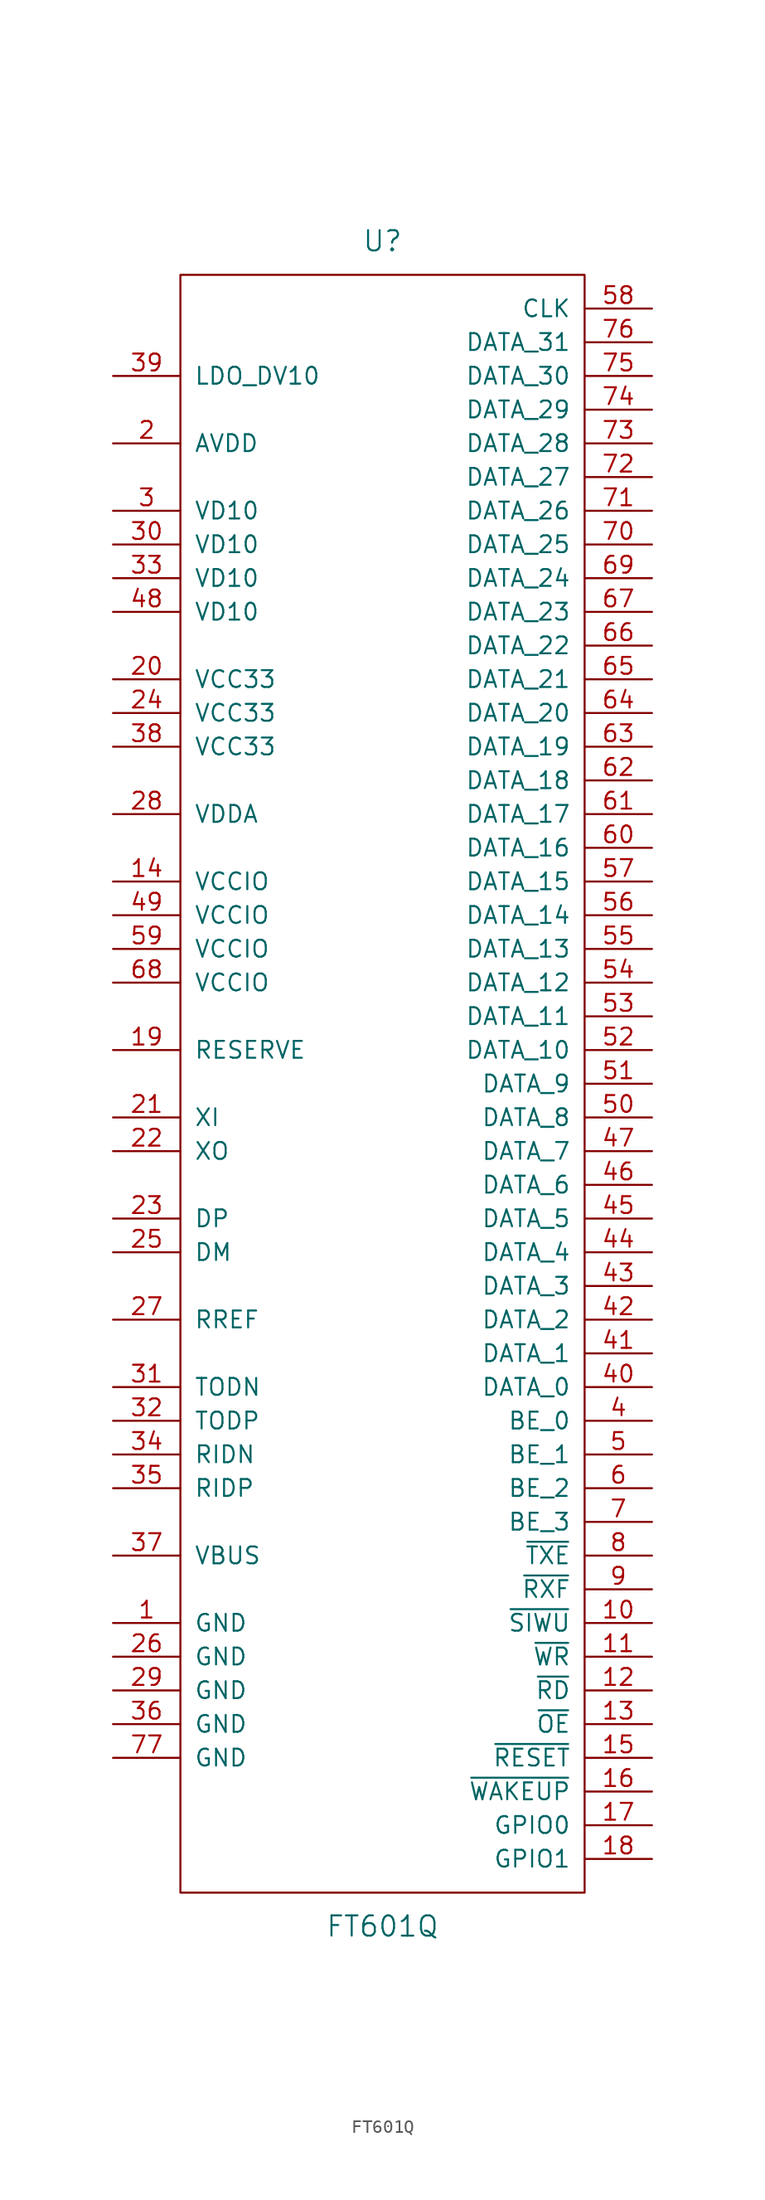
<source format=kicad_sym>
(kicad_symbol_lib
  (version 20211014)
  (generator kicad_symbol_editor)
  (symbol "FT601Q"
    (pin_names
      (offset 1.016))
    (property "Reference" "U"
      (at 0 63.5 0)
      (effects (font (size 1.524 1.524))))
    (property "Value" "FT601Q"
      (at 0 -63.5 0)
      (effects (font (size 1.524 1.524))))
    (symbol "FT601Q_1_0"
      (rectangle (start -15.24 60.96) (end 15.24 -60.96) (stroke (width 0) (type default) (color 0 0 0 0)) (fill (type none))))
    (symbol "FT601Q_1_1"
      (pin passive line (at -20.32 -40.64 0) (length 5.08) (name "GND" (effects (font (size 1.27 1.27)))) (number "1" (effects (font (size 1.27 1.27)))))
      (pin passive line (at 20.32 -40.64 180) (length 5.08) (name "~{SIWU}" (effects (font (size 1.27 1.27)))) (number "10" (effects (font (size 1.27 1.27)))))
      (pin passive line (at 20.32 -43.18 180) (length 5.08) (name "~{WR}" (effects (font (size 1.27 1.27)))) (number "11" (effects (font (size 1.27 1.27)))))
      (pin passive line (at 20.32 -45.72 180) (length 5.08) (name "~{RD}" (effects (font (size 1.27 1.27)))) (number "12" (effects (font (size 1.27 1.27)))))
      (pin passive line (at 20.32 -48.26 180) (length 5.08) (name "~{OE}" (effects (font (size 1.27 1.27)))) (number "13" (effects (font (size 1.27 1.27)))))
      (pin passive line (at -20.32 15.24 0) (length 5.08) (name "VCCIO" (effects (font (size 1.27 1.27)))) (number "14" (effects (font (size 1.27 1.27)))))
      (pin passive line (at 20.32 -50.8 180) (length 5.08) (name "~{RESET}" (effects (font (size 1.27 1.27)))) (number "15" (effects (font (size 1.27 1.27)))))
      (pin passive line (at 20.32 -53.34 180) (length 5.08) (name "~{WAKEUP}" (effects (font (size 1.27 1.27)))) (number "16" (effects (font (size 1.27 1.27)))))
      (pin passive line (at 20.32 -55.88 180) (length 5.08) (name "GPIO0" (effects (font (size 1.27 1.27)))) (number "17" (effects (font (size 1.27 1.27)))))
      (pin passive line (at 20.32 -58.42 180) (length 5.08) (name "GPIO1" (effects (font (size 1.27 1.27)))) (number "18" (effects (font (size 1.27 1.27)))))
      (pin passive line (at -20.32 2.54 0) (length 5.08) (name "RESERVE" (effects (font (size 1.27 1.27)))) (number "19" (effects (font (size 1.27 1.27)))))
      (pin passive line (at -20.32 48.26 0) (length 5.08) (name "AVDD" (effects (font (size 1.27 1.27)))) (number "2" (effects (font (size 1.27 1.27)))))
      (pin passive line (at -20.32 30.48 0) (length 5.08) (name "VCC33" (effects (font (size 1.27 1.27)))) (number "20" (effects (font (size 1.27 1.27)))))
      (pin passive line (at -20.32 -2.54 0) (length 5.08) (name "XI" (effects (font (size 1.27 1.27)))) (number "21" (effects (font (size 1.27 1.27)))))
      (pin passive line (at -20.32 -5.08 0) (length 5.08) (name "XO" (effects (font (size 1.27 1.27)))) (number "22" (effects (font (size 1.27 1.27)))))
      (pin passive line (at -20.32 -10.16 0) (length 5.08) (name "DP" (effects (font (size 1.27 1.27)))) (number "23" (effects (font (size 1.27 1.27)))))
      (pin passive line (at -20.32 27.94 0) (length 5.08) (name "VCC33" (effects (font (size 1.27 1.27)))) (number "24" (effects (font (size 1.27 1.27)))))
      (pin passive line (at -20.32 -12.7 0) (length 5.08) (name "DM" (effects (font (size 1.27 1.27)))) (number "25" (effects (font (size 1.27 1.27)))))
      (pin passive line (at -20.32 -43.18 0) (length 5.08) (name "GND" (effects (font (size 1.27 1.27)))) (number "26" (effects (font (size 1.27 1.27)))))
      (pin passive line (at -20.32 -17.78 0) (length 5.08) (name "RREF" (effects (font (size 1.27 1.27)))) (number "27" (effects (font (size 1.27 1.27)))))
      (pin passive line (at -20.32 20.32 0) (length 5.08) (name "VDDA" (effects (font (size 1.27 1.27)))) (number "28" (effects (font (size 1.27 1.27)))))
      (pin passive line (at -20.32 -45.72 0) (length 5.08) (name "GND" (effects (font (size 1.27 1.27)))) (number "29" (effects (font (size 1.27 1.27)))))
      (pin passive line (at -20.32 43.18 0) (length 5.08) (name "VD10" (effects (font (size 1.27 1.27)))) (number "3" (effects (font (size 1.27 1.27)))))
      (pin passive line (at -20.32 40.64 0) (length 5.08) (name "VD10" (effects (font (size 1.27 1.27)))) (number "30" (effects (font (size 1.27 1.27)))))
      (pin passive line (at -20.32 -22.86 0) (length 5.08) (name "TODN" (effects (font (size 1.27 1.27)))) (number "31" (effects (font (size 1.27 1.27)))))
      (pin passive line (at -20.32 -25.4 0) (length 5.08) (name "TODP" (effects (font (size 1.27 1.27)))) (number "32" (effects (font (size 1.27 1.27)))))
      (pin passive line (at -20.32 38.1 0) (length 5.08) (name "VD10" (effects (font (size 1.27 1.27)))) (number "33" (effects (font (size 1.27 1.27)))))
      (pin passive line (at -20.32 -27.94 0) (length 5.08) (name "RIDN" (effects (font (size 1.27 1.27)))) (number "34" (effects (font (size 1.27 1.27)))))
      (pin passive line (at -20.32 -30.48 0) (length 5.08) (name "RIDP" (effects (font (size 1.27 1.27)))) (number "35" (effects (font (size 1.27 1.27)))))
      (pin passive line (at -20.32 -48.26 0) (length 5.08) (name "GND" (effects (font (size 1.27 1.27)))) (number "36" (effects (font (size 1.27 1.27)))))
      (pin passive line (at -20.32 -35.56 0) (length 5.08) (name "VBUS" (effects (font (size 1.27 1.27)))) (number "37" (effects (font (size 1.27 1.27)))))
      (pin passive line (at -20.32 25.4 0) (length 5.08) (name "VCC33" (effects (font (size 1.27 1.27)))) (number "38" (effects (font (size 1.27 1.27)))))
      (pin passive line (at -20.32 53.34 0) (length 5.08) (name "LDO_DV10" (effects (font (size 1.27 1.27)))) (number "39" (effects (font (size 1.27 1.27)))))
      (pin passive line (at 20.32 -25.4 180) (length 5.08) (name "BE_0" (effects (font (size 1.27 1.27)))) (number "4" (effects (font (size 1.27 1.27)))))
      (pin passive line (at 20.32 -22.86 180) (length 5.08) (name "DATA_0" (effects (font (size 1.27 1.27)))) (number "40" (effects (font (size 1.27 1.27)))))
      (pin passive line (at 20.32 -20.32 180) (length 5.08) (name "DATA_1" (effects (font (size 1.27 1.27)))) (number "41" (effects (font (size 1.27 1.27)))))
      (pin passive line (at 20.32 -17.78 180) (length 5.08) (name "DATA_2" (effects (font (size 1.27 1.27)))) (number "42" (effects (font (size 1.27 1.27)))))
      (pin passive line (at 20.32 -15.24 180) (length 5.08) (name "DATA_3" (effects (font (size 1.27 1.27)))) (number "43" (effects (font (size 1.27 1.27)))))
      (pin passive line (at 20.32 -12.7 180) (length 5.08) (name "DATA_4" (effects (font (size 1.27 1.27)))) (number "44" (effects (font (size 1.27 1.27)))))
      (pin passive line (at 20.32 -10.16 180) (length 5.08) (name "DATA_5" (effects (font (size 1.27 1.27)))) (number "45" (effects (font (size 1.27 1.27)))))
      (pin passive line (at 20.32 -7.62 180) (length 5.08) (name "DATA_6" (effects (font (size 1.27 1.27)))) (number "46" (effects (font (size 1.27 1.27)))))
      (pin passive line (at 20.32 -5.08 180) (length 5.08) (name "DATA_7" (effects (font (size 1.27 1.27)))) (number "47" (effects (font (size 1.27 1.27)))))
      (pin passive line (at -20.32 35.56 0) (length 5.08) (name "VD10" (effects (font (size 1.27 1.27)))) (number "48" (effects (font (size 1.27 1.27)))))
      (pin passive line (at -20.32 12.7 0) (length 5.08) (name "VCCIO" (effects (font (size 1.27 1.27)))) (number "49" (effects (font (size 1.27 1.27)))))
      (pin passive line (at 20.32 -27.94 180) (length 5.08) (name "BE_1" (effects (font (size 1.27 1.27)))) (number "5" (effects (font (size 1.27 1.27)))))
      (pin passive line (at 20.32 -2.54 180) (length 5.08) (name "DATA_8" (effects (font (size 1.27 1.27)))) (number "50" (effects (font (size 1.27 1.27)))))
      (pin passive line (at 20.32 0 180) (length 5.08) (name "DATA_9" (effects (font (size 1.27 1.27)))) (number "51" (effects (font (size 1.27 1.27)))))
      (pin passive line (at 20.32 2.54 180) (length 5.08) (name "DATA_10" (effects (font (size 1.27 1.27)))) (number "52" (effects (font (size 1.27 1.27)))))
      (pin passive line (at 20.32 5.08 180) (length 5.08) (name "DATA_11" (effects (font (size 1.27 1.27)))) (number "53" (effects (font (size 1.27 1.27)))))
      (pin passive line (at 20.32 7.62 180) (length 5.08) (name "DATA_12" (effects (font (size 1.27 1.27)))) (number "54" (effects (font (size 1.27 1.27)))))
      (pin passive line (at 20.32 10.16 180) (length 5.08) (name "DATA_13" (effects (font (size 1.27 1.27)))) (number "55" (effects (font (size 1.27 1.27)))))
      (pin passive line (at 20.32 12.7 180) (length 5.08) (name "DATA_14" (effects (font (size 1.27 1.27)))) (number "56" (effects (font (size 1.27 1.27)))))
      (pin passive line (at 20.32 15.24 180) (length 5.08) (name "DATA_15" (effects (font (size 1.27 1.27)))) (number "57" (effects (font (size 1.27 1.27)))))
      (pin passive line (at 20.32 58.42 180) (length 5.08) (name "CLK" (effects (font (size 1.27 1.27)))) (number "58" (effects (font (size 1.27 1.27)))))
      (pin passive line (at -20.32 10.16 0) (length 5.08) (name "VCCIO" (effects (font (size 1.27 1.27)))) (number "59" (effects (font (size 1.27 1.27)))))
      (pin passive line (at 20.32 -30.48 180) (length 5.08) (name "BE_2" (effects (font (size 1.27 1.27)))) (number "6" (effects (font (size 1.27 1.27)))))
      (pin passive line (at 20.32 17.78 180) (length 5.08) (name "DATA_16" (effects (font (size 1.27 1.27)))) (number "60" (effects (font (size 1.27 1.27)))))
      (pin passive line (at 20.32 20.32 180) (length 5.08) (name "DATA_17" (effects (font (size 1.27 1.27)))) (number "61" (effects (font (size 1.27 1.27)))))
      (pin passive line (at 20.32 22.86 180) (length 5.08) (name "DATA_18" (effects (font (size 1.27 1.27)))) (number "62" (effects (font (size 1.27 1.27)))))
      (pin passive line (at 20.32 25.4 180) (length 5.08) (name "DATA_19" (effects (font (size 1.27 1.27)))) (number "63" (effects (font (size 1.27 1.27)))))
      (pin passive line (at 20.32 27.94 180) (length 5.08) (name "DATA_20" (effects (font (size 1.27 1.27)))) (number "64" (effects (font (size 1.27 1.27)))))
      (pin passive line (at 20.32 30.48 180) (length 5.08) (name "DATA_21" (effects (font (size 1.27 1.27)))) (number "65" (effects (font (size 1.27 1.27)))))
      (pin passive line (at 20.32 33.02 180) (length 5.08) (name "DATA_22" (effects (font (size 1.27 1.27)))) (number "66" (effects (font (size 1.27 1.27)))))
      (pin passive line (at 20.32 35.56 180) (length 5.08) (name "DATA_23" (effects (font (size 1.27 1.27)))) (number "67" (effects (font (size 1.27 1.27)))))
      (pin passive line (at -20.32 7.62 0) (length 5.08) (name "VCCIO" (effects (font (size 1.27 1.27)))) (number "68" (effects (font (size 1.27 1.27)))))
      (pin passive line (at 20.32 38.1 180) (length 5.08) (name "DATA_24" (effects (font (size 1.27 1.27)))) (number "69" (effects (font (size 1.27 1.27)))))
      (pin passive line (at 20.32 -33.02 180) (length 5.08) (name "BE_3" (effects (font (size 1.27 1.27)))) (number "7" (effects (font (size 1.27 1.27)))))
      (pin passive line (at 20.32 40.64 180) (length 5.08) (name "DATA_25" (effects (font (size 1.27 1.27)))) (number "70" (effects (font (size 1.27 1.27)))))
      (pin passive line (at 20.32 43.18 180) (length 5.08) (name "DATA_26" (effects (font (size 1.27 1.27)))) (number "71" (effects (font (size 1.27 1.27)))))
      (pin passive line (at 20.32 45.72 180) (length 5.08) (name "DATA_27" (effects (font (size 1.27 1.27)))) (number "72" (effects (font (size 1.27 1.27)))))
      (pin passive line (at 20.32 48.26 180) (length 5.08) (name "DATA_28" (effects (font (size 1.27 1.27)))) (number "73" (effects (font (size 1.27 1.27)))))
      (pin passive line (at 20.32 50.8 180) (length 5.08) (name "DATA_29" (effects (font (size 1.27 1.27)))) (number "74" (effects (font (size 1.27 1.27)))))
      (pin passive line (at 20.32 53.34 180) (length 5.08) (name "DATA_30" (effects (font (size 1.27 1.27)))) (number "75" (effects (font (size 1.27 1.27)))))
      (pin passive line (at 20.32 55.88 180) (length 5.08) (name "DATA_31" (effects (font (size 1.27 1.27)))) (number "76" (effects (font (size 1.27 1.27)))))
      (pin passive line (at -20.32 -50.8 0) (length 5.08) (name "GND" (effects (font (size 1.27 1.27)))) (number "77" (effects (font (size 1.27 1.27)))))
      (pin passive line (at 20.32 -35.56 180) (length 5.08) (name "~{TXE}" (effects (font (size 1.27 1.27)))) (number "8" (effects (font (size 1.27 1.27)))))
      (pin passive line (at 20.32 -38.1 180) (length 5.08) (name "~{RXF}" (effects (font (size 1.27 1.27)))) (number "9" (effects (font (size 1.27 1.27))))))))
</source>
